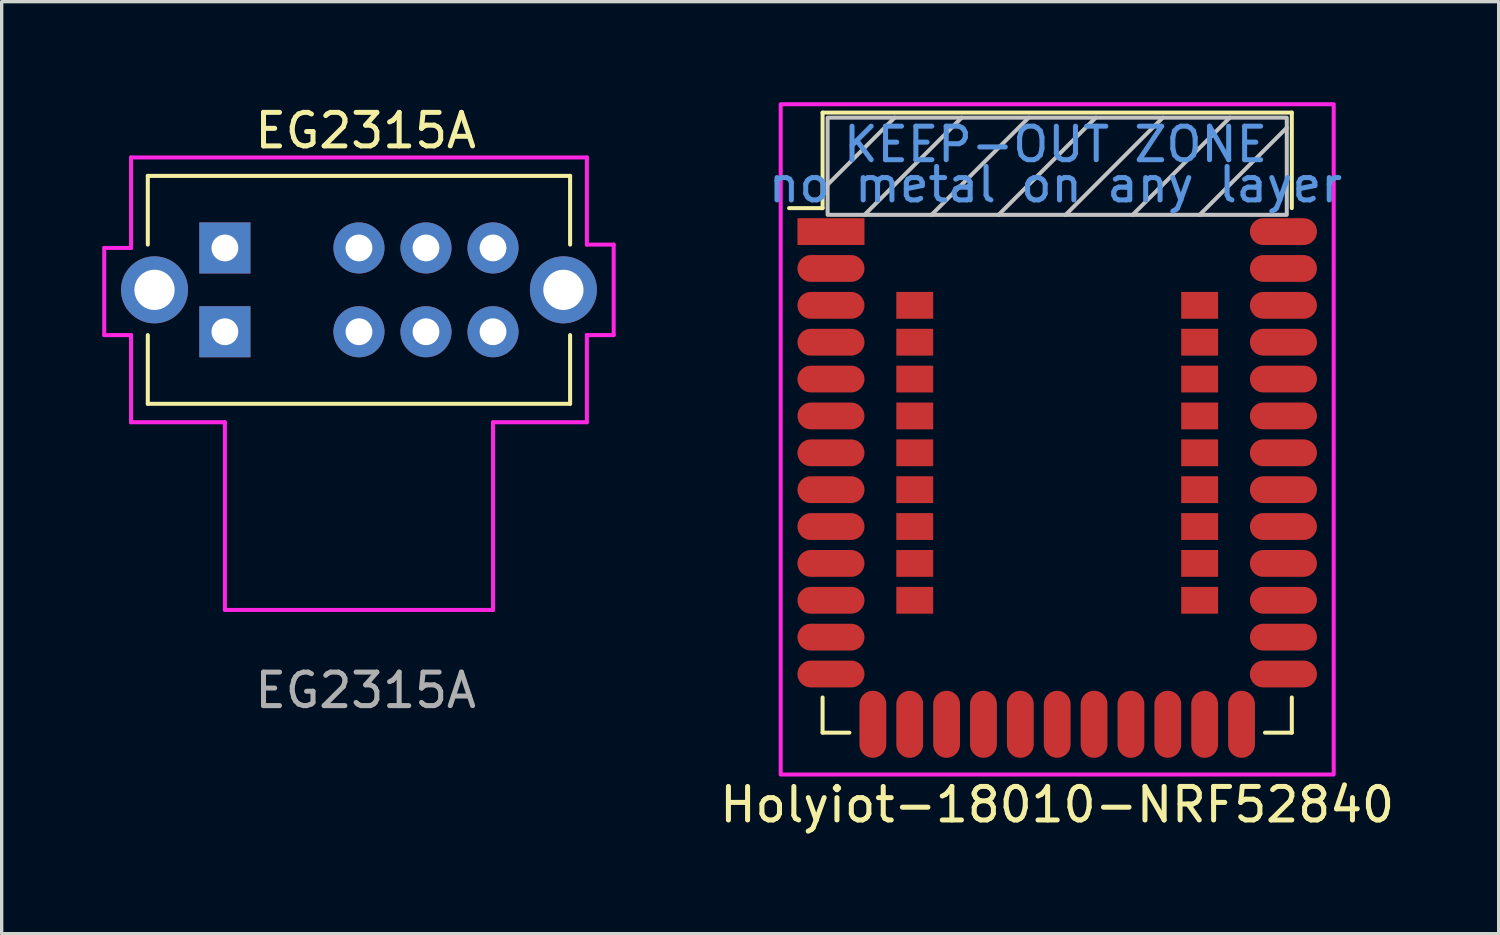
<source format=kicad_pcb>
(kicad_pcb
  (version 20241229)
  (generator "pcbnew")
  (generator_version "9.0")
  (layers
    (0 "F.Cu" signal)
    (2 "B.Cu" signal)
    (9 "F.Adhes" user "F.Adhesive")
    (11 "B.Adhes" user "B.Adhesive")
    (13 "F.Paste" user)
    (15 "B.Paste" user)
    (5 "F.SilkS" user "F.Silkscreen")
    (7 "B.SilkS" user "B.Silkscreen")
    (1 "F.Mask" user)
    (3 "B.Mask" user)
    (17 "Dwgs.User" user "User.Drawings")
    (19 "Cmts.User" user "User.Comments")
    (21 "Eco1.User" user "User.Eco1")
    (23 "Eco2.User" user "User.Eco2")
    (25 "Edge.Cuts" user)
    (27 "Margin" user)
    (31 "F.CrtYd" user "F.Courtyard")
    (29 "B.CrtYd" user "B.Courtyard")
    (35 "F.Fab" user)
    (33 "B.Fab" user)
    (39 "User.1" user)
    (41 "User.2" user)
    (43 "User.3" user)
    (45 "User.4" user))
  (footprint "Holyiot-18010-NRF52840"
    (layer "F.Cu")
    (at 21.743 3.86)
    (property "Reference" "Holyiot-18010-NRF52840" (at 6.75 17.1 0) (unlocked yes) (layer "F.SilkS") (effects (font (size 1 1) (thickness 0.15))))
    (fp_line (start -1.25 -0.7) (end -0.25 -0.7) (stroke (width 0.12) (type solid)) (layer "F.SilkS"))
    (fp_line (start -0.25 -3.55) (end 13.75 -3.55) (stroke (width 0.12) (type solid)) (layer "F.SilkS"))
    (fp_line (start -0.25 -0.7) (end -0.25 -3.55) (stroke (width 0.12) (type solid)) (layer "F.SilkS"))
    (fp_line (start -0.25 13.9) (end -0.25 14.95) (stroke (width 0.12) (type solid)) (layer "F.SilkS"))
    (fp_line (start -0.25 14.95) (end 0.55 14.95) (stroke (width 0.12) (type solid)) (layer "F.SilkS"))
    (fp_line (start 12.95 14.95) (end 13.75 14.95) (stroke (width 0.12) (type solid)) (layer "F.SilkS"))
    (fp_line (start 13.75 -3.55) (end 13.75 -0.7) (stroke (width 0.12) (type solid)) (layer "F.SilkS"))
    (fp_line (start 13.75 14.95) (end 13.75 13.9) (stroke (width 0.12) (type solid)) (layer "F.SilkS"))
    (fp_line (start -0.1 -1.4) (end 1.9 -3.4) (stroke (width 0.12) (type solid)) (layer "Dwgs.User"))
    (fp_line (start 3.9 -3.4) (end 1 -0.5) (stroke (width 0.12) (type solid)) (layer "Dwgs.User"))
    (fp_line (start 5.9 -3.4) (end 3 -0.5) (stroke (width 0.12) (type solid)) (layer "Dwgs.User"))
    (fp_line (start 7.9 -3.4) (end 5 -0.5) (stroke (width 0.12) (type solid)) (layer "Dwgs.User"))
    (fp_line (start 9.9 -3.4) (end 7 -0.5) (stroke (width 0.12) (type solid)) (layer "Dwgs.User"))
    (fp_line (start 11 -0.5) (end 13.6 -3.1) (stroke (width 0.12) (type solid)) (layer "Dwgs.User"))
    (fp_line (start 11.9 -3.4) (end 9 -0.5) (stroke (width 0.12) (type solid)) (layer "Dwgs.User"))
    (fp_rect (start -0.1 -3.4) (end 13.6 -0.5) (stroke (width 0.12) (type solid)) (fill no) (layer "Dwgs.User"))
    (fp_rect (start -1.5 -3.8) (end 15 16.2) (stroke (width 0.12) (type solid)) (fill no) (layer "F.CrtYd"))
    (fp_text user "no metal on any layer" (at 6.7 -1.4 0) (unlocked yes) (layer "Cmts.User") (effects (font (size 1 1) (thickness 0.15))))
    (fp_text user "KEEP-OUT ZONE" (at 6.7 -2.6 0) (unlocked yes) (layer "Cmts.User") (effects (font (size 1 1) (thickness 0.15))))
    (pad "1" smd rect (at 0 0) (size 2 0.8) (layers "F.Cu" "F.Mask" "F.Paste"))
    (pad "2" smd oval (at 0 1.1) (size 2 0.8) (layers "F.Cu" "F.Mask" "F.Paste"))
    (pad "3" smd oval (at 0 2.2) (size 2 0.8) (layers "F.Cu" "F.Mask" "F.Paste"))
    (pad "4" smd oval (at 0 3.3) (size 2 0.8) (layers "F.Cu" "F.Mask" "F.Paste"))
    (pad "5" smd oval (at 0 4.4) (size 2 0.8) (layers "F.Cu" "F.Mask" "F.Paste"))
    (pad "6" smd oval (at 0 5.5) (size 2 0.8) (layers "F.Cu" "F.Mask" "F.Paste"))
    (pad "7" smd oval (at 0 6.6) (size 2 0.8) (layers "F.Cu" "F.Mask" "F.Paste"))
    (pad "8" smd oval (at 0 7.7) (size 2 0.8) (layers "F.Cu" "F.Mask" "F.Paste"))
    (pad "9" smd oval (at 0 8.8) (size 2 0.8) (layers "F.Cu" "F.Mask" "F.Paste"))
    (pad "10" smd oval (at 0 9.9) (size 2 0.8) (layers "F.Cu" "F.Mask" "F.Paste"))
    (pad "11" smd oval (at 0 11) (size 2 0.8) (layers "F.Cu" "F.Mask" "F.Paste"))
    (pad "12" smd oval (at 0 12.1) (size 2 0.8) (layers "F.Cu" "F.Mask" "F.Paste"))
    (pad "13" smd oval (at 0 13.2) (size 2 0.8) (layers "F.Cu" "F.Mask" "F.Paste"))
    (pad "14" smd oval (at 1.25 14.7 90) (size 2 0.8) (layers "F.Cu" "F.Mask" "F.Paste"))
    (pad "15" smd oval (at 2.35 14.7 90) (size 2 0.8) (layers "F.Cu" "F.Mask" "F.Paste"))
    (pad "16" smd oval (at 3.45 14.7 90) (size 2 0.8) (layers "F.Cu" "F.Mask" "F.Paste"))
    (pad "17" smd oval (at 4.55 14.7 90) (size 2 0.8) (layers "F.Cu" "F.Mask" "F.Paste"))
    (pad "18" smd oval (at 5.65 14.7 90) (size 2 0.8) (layers "F.Cu" "F.Mask" "F.Paste"))
    (pad "19" smd oval (at 6.75 14.7 90) (size 2 0.8) (layers "F.Cu" "F.Mask" "F.Paste"))
    (pad "20" smd oval (at 7.85 14.7 90) (size 2 0.8) (layers "F.Cu" "F.Mask" "F.Paste"))
    (pad "21" smd oval (at 8.95 14.7 90) (size 2 0.8) (layers "F.Cu" "F.Mask" "F.Paste"))
    (pad "22" smd oval (at 10.05 14.7 90) (size 2 0.8) (layers "F.Cu" "F.Mask" "F.Paste"))
    (pad "23" smd oval (at 11.15 14.7 90) (size 2 0.8) (layers "F.Cu" "F.Mask" "F.Paste"))
    (pad "24" smd oval (at 12.25 14.7 90) (size 2 0.8) (layers "F.Cu" "F.Mask" "F.Paste"))
    (pad "25" smd oval (at 13.5 13.2) (size 2 0.8) (layers "F.Cu" "F.Mask" "F.Paste"))
    (pad "26" smd oval (at 13.5 12.1) (size 2 0.8) (layers "F.Cu" "F.Mask" "F.Paste"))
    (pad "27" smd oval (at 13.5 11) (size 2 0.8) (layers "F.Cu" "F.Mask" "F.Paste"))
    (pad "28" smd oval (at 13.5 9.9) (size 2 0.8) (layers "F.Cu" "F.Mask" "F.Paste"))
    (pad "29" smd oval (at 13.5 8.8) (size 2 0.8) (layers "F.Cu" "F.Mask" "F.Paste"))
    (pad "30" smd oval (at 13.5 7.7) (size 2 0.8) (layers "F.Cu" "F.Mask" "F.Paste"))
    (pad "31" smd oval (at 13.5 6.6) (size 2 0.8) (layers "F.Cu" "F.Mask" "F.Paste"))
    (pad "32" smd oval (at 13.5 5.5) (size 2 0.8) (layers "F.Cu" "F.Mask" "F.Paste"))
    (pad "33" smd oval (at 13.5 4.4) (size 2 0.8) (layers "F.Cu" "F.Mask" "F.Paste"))
    (pad "34" smd oval (at 13.5 3.3) (size 2 0.8) (layers "F.Cu" "F.Mask" "F.Paste"))
    (pad "35" smd oval (at 13.5 2.2) (size 2 0.8) (layers "F.Cu" "F.Mask" "F.Paste"))
    (pad "36" smd oval (at 13.5 1.1) (size 2 0.8) (layers "F.Cu" "F.Mask" "F.Paste"))
    (pad "37" smd oval (at 13.5 0) (size 2 0.8) (layers "F.Cu" "F.Mask" "F.Paste"))
    (pad "38" smd rect (at 2.5 2.2) (size 1.1 0.8) (layers "F.Cu" "F.Mask" "F.Paste"))
    (pad "39" smd rect (at 2.5 3.3) (size 1.1 0.8) (layers "F.Cu" "F.Mask" "F.Paste"))
    (pad "40" smd rect (at 2.5 4.4) (size 1.1 0.8) (layers "F.Cu" "F.Mask" "F.Paste"))
    (pad "41" smd rect (at 2.5 5.5) (size 1.1 0.8) (layers "F.Cu" "F.Mask" "F.Paste"))
    (pad "42" smd rect (at 2.5 6.6) (size 1.1 0.8) (layers "F.Cu" "F.Mask" "F.Paste"))
    (pad "43" smd rect (at 2.5 7.7) (size 1.1 0.8) (layers "F.Cu" "F.Mask" "F.Paste"))
    (pad "44" smd rect (at 2.5 8.8) (size 1.1 0.8) (layers "F.Cu" "F.Mask" "F.Paste"))
    (pad "45" smd rect (at 2.5 9.9) (size 1.1 0.8) (layers "F.Cu" "F.Mask" "F.Paste"))
    (pad "46" smd rect (at 2.5 11) (size 1.1 0.8) (layers "F.Cu" "F.Mask" "F.Paste"))
    (pad "47" smd rect (at 11 2.2) (size 1.1 0.8) (layers "F.Cu" "F.Mask" "F.Paste"))
    (pad "48" smd rect (at 11 3.3) (size 1.1 0.8) (layers "F.Cu" "F.Mask" "F.Paste"))
    (pad "49" smd rect (at 11 4.4) (size 1.1 0.8) (layers "F.Cu" "F.Mask" "F.Paste"))
    (pad "50" smd rect (at 11 5.5) (size 1.1 0.8) (layers "F.Cu" "F.Mask" "F.Paste"))
    (pad "51" smd rect (at 11 6.6) (size 1.1 0.8) (layers "F.Cu" "F.Mask" "F.Paste"))
    (pad "52" smd rect (at 11 7.7) (size 1.1 0.8) (layers "F.Cu" "F.Mask" "F.Paste"))
    (pad "53" smd rect (at 11 8.8) (size 1.1 0.8) (layers "F.Cu" "F.Mask" "F.Paste"))
    (pad "54" smd rect (at 11 9.9) (size 1.1 0.8) (layers "F.Cu" "F.Mask" "F.Paste"))
    (pad "55" smd rect (at 11 11) (size 1.1 0.8) (layers "F.Cu" "F.Mask" "F.Paste")))
  (footprint "EG2315A"
    (layer "F.Cu")
    (at 3.66 4.348)
    (property "Reference" "EG2315A" (at 4.2 -3.5 0) (unlocked yes) (layer "F.SilkS") (effects (font (size 1 1) (thickness 0.15))))
    (attr through_hole)
    (fp_line (start -2.3 -2.15) (end -2.3 -0.1) (stroke (width 0.12) (type solid)) (layer "F.SilkS"))
    (fp_line (start -2.3 4.65) (end -2.3 2.6) (stroke (width 0.12) (type solid)) (layer "F.SilkS"))
    (fp_line (start -2.3 4.65) (end 10.3 4.65) (stroke (width 0.12) (type solid)) (layer "F.SilkS"))
    (fp_line (start 10.3 -2.15) (end -2.3 -2.15) (stroke (width 0.12) (type solid)) (layer "F.SilkS"))
    (fp_line (start 10.3 -2.15) (end 10.3 -0.1) (stroke (width 0.12) (type solid)) (layer "F.SilkS"))
    (fp_line (start 10.3 4.65) (end 10.3 2.6) (stroke (width 0.12) (type solid)) (layer "F.SilkS"))
    (fp_line (start -3.6 0) (end -2.8 0) (stroke (width 0.12) (type solid)) (layer "F.CrtYd"))
    (fp_line (start -3.6 2.6) (end -3.6 0) (stroke (width 0.12) (type solid)) (layer "F.CrtYd"))
    (fp_line (start -2.8 -2.7) (end -2.8 0) (stroke (width 0.12) (type solid)) (layer "F.CrtYd"))
    (fp_line (start -2.8 -2.7) (end 10.8 -2.7) (stroke (width 0.12) (type solid)) (layer "F.CrtYd"))
    (fp_line (start -2.8 2.6) (end -3.6 2.6) (stroke (width 0.12) (type solid)) (layer "F.CrtYd"))
    (fp_line (start -2.8 5.2) (end -2.8 2.6) (stroke (width 0.12) (type solid)) (layer "F.CrtYd"))
    (fp_line (start -2.8 5.2) (end 0 5.2) (stroke (width 0.12) (type solid)) (layer "F.CrtYd"))
    (fp_line (start 0 5.2) (end 0 10.8) (stroke (width 0.12) (type solid)) (layer "F.CrtYd"))
    (fp_line (start 0 10.8) (end 8 10.8) (stroke (width 0.12) (type solid)) (layer "F.CrtYd"))
    (fp_line (start 8 5.2) (end 10.8 5.2) (stroke (width 0.12) (type solid)) (layer "F.CrtYd"))
    (fp_line (start 8 10.8) (end 8 5.2) (stroke (width 0.12) (type solid)) (layer "F.CrtYd"))
    (fp_line (start 10.8 -2.7) (end 10.8 -0.1) (stroke (width 0.12) (type solid)) (layer "F.CrtYd"))
    (fp_line (start 10.8 -0.1) (end 11.6 -0.1) (stroke (width 0.12) (type solid)) (layer "F.CrtYd"))
    (fp_line (start 10.8 2.6) (end 10.8 5.2) (stroke (width 0.12) (type solid)) (layer "F.CrtYd"))
    (fp_line (start 11.6 -0.1) (end 11.6 2.6) (stroke (width 0.12) (type solid)) (layer "F.CrtYd"))
    (fp_line (start 11.6 2.6) (end 10.8 2.6) (stroke (width 0.12) (type solid)) (layer "F.CrtYd"))
    (fp_text user "${REFERENCE}" (at 4.2 13.2 0) (unlocked yes) (layer "F.Fab") (effects (font (size 1 1) (thickness 0.15))))
    (pad "" np_thru_hole circle (at -2.1 1.25) (size 2 2) (drill 1.2) (layers "*.Cu" "*.Mask"))
    (pad "" np_thru_hole circle (at 10.1 1.25) (size 2 2) (drill 1.2) (layers "*.Cu" "*.Mask"))
    (pad "1" thru_hole rect (at 0 0) (size 1.524 1.524) (drill 0.8) (layers "*.Cu" "*.Mask"))
    (pad "1" thru_hole rect (at 0 2.5) (size 1.524 1.524) (drill 0.8) (layers "*.Cu" "*.Mask"))
    (pad "2" thru_hole circle (at 4 0) (size 1.524 1.524) (drill 0.8) (layers "*.Cu" "*.Mask"))
    (pad "2" thru_hole circle (at 4 2.5) (size 1.524 1.524) (drill 0.8) (layers "*.Cu" "*.Mask"))
    (pad "3" thru_hole circle (at 6 0) (size 1.524 1.524) (drill 0.8) (layers "*.Cu" "*.Mask"))
    (pad "3" thru_hole circle (at 6 2.5) (size 1.524 1.524) (drill 0.8) (layers "*.Cu" "*.Mask"))
    (pad "4" thru_hole circle (at 8 0) (size 1.524 1.524) (drill 0.8) (layers "*.Cu" "*.Mask"))
    (pad "4" thru_hole circle (at 8 2.5) (size 1.524 1.524) (drill 0.8) (layers "*.Cu" "*.Mask")))
  (gr_rect
    (start -3 -3)
    (end 41.665 24.808)
    (stroke (width 0.1) (type default))
    (fill no)
    (layer "Edge.Cuts")))
</source>
